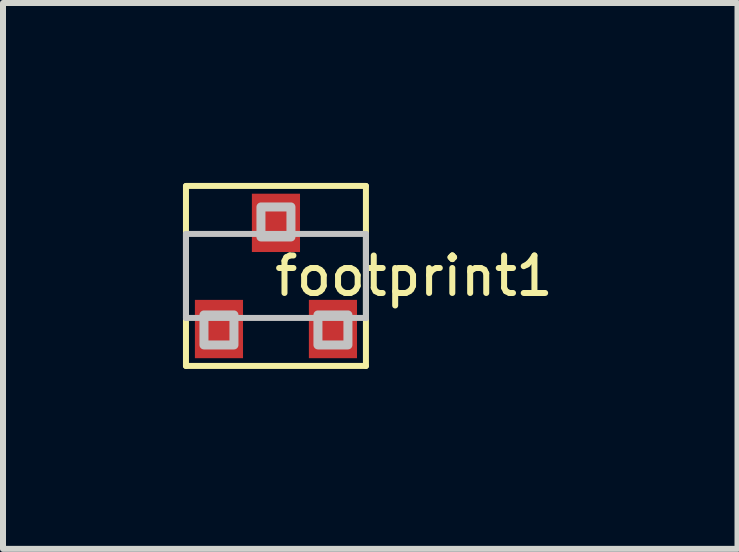
<source format=kicad_pcb>
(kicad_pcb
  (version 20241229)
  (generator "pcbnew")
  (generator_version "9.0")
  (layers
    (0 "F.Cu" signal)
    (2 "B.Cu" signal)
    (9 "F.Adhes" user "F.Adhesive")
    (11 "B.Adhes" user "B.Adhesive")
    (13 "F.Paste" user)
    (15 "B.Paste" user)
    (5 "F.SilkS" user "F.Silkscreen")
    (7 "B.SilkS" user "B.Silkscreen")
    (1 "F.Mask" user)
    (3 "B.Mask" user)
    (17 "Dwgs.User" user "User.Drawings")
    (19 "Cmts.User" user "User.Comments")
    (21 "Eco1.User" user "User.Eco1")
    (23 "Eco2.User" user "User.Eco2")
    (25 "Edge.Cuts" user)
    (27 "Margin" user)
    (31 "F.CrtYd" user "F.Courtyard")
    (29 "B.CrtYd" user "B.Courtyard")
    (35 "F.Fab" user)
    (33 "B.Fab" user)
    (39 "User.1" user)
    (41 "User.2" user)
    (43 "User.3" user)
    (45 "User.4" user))
  (footprint "footprint1"
    (layer "F.Cu")
    (at 1.55 1.55)
    (property "Reference" "footprint1" (at 2.3 0 0) (layer "F.SilkS") (effects (font (size 0.625 0.625) (thickness 0.1))))
    (attr through_hole)
    (fp_line (start -1.5 -1.5) (end -1.5 1.5) (stroke (width 0.1) (type solid)) (layer "F.SilkS"))
    (fp_line (start -1.5 1.5) (end 1.5 1.5) (stroke (width 0.1) (type solid)) (layer "F.SilkS"))
    (fp_line (start 1.5 -1.5) (end -1.5 -1.5) (stroke (width 0.1) (type solid)) (layer "F.SilkS"))
    (fp_line (start 1.5 1.5) (end 1.5 -1.5) (stroke (width 0.1) (type solid)) (layer "F.SilkS"))
    (fp_line (start -1.5 -0.7) (end -1.5 0.7) (stroke (width 0.1) (type solid)) (layer "Dwgs.User"))
    (fp_line (start -1.5 0.7) (end 1.5 0.7) (stroke (width 0.1) (type solid)) (layer "Dwgs.User"))
    (fp_line (start 1.5 -0.7) (end -1.5 -0.7) (stroke (width 0.1) (type solid)) (layer "Dwgs.User"))
    (fp_line (start 1.5 0.7) (end 1.5 -0.7) (stroke (width 0.1) (type solid)) (layer "Dwgs.User"))
    (fp_poly (pts (xy -1.2 0.65) (xy -1.2 1.15) (xy -0.7 1.15) (xy -0.7 0.65) (xy -1.2 0.65)) (stroke (width 0.15) (type solid)) (fill no) (layer "Dwgs.User"))
    (fp_poly (pts (xy -0.25 -1.15) (xy -0.25 -0.65) (xy 0.25 -0.65) (xy 0.25 -1.15) (xy -0.25 -1.15)) (stroke (width 0.15) (type solid)) (fill no) (layer "Dwgs.User"))
    (fp_poly (pts (xy 0.7 0.65) (xy 0.7 1.15) (xy 1.2 1.15) (xy 1.2 0.65) (xy 0.7 0.65)) (stroke (width 0.15) (type solid)) (fill no) (layer "Dwgs.User"))
    (pad "1" smd rect (at -0.95 0.885) (size 0.802 0.972) (layers "F.Cu" "F.Mask" "F.Paste"))
    (pad "2" smd rect (at 0.95 0.885) (size 0.802 0.972) (layers "F.Cu" "F.Mask" "F.Paste"))
    (pad "3" smd rect (at 0 -0.885) (size 0.802 0.972) (layers "F.Cu" "F.Mask" "F.Paste")))
  (gr_rect
    (start -3 -3)
    (end 9.244 6.1)
    (stroke (width 0.1) (type default))
    (fill no)
    (layer "Edge.Cuts")))
</source>
